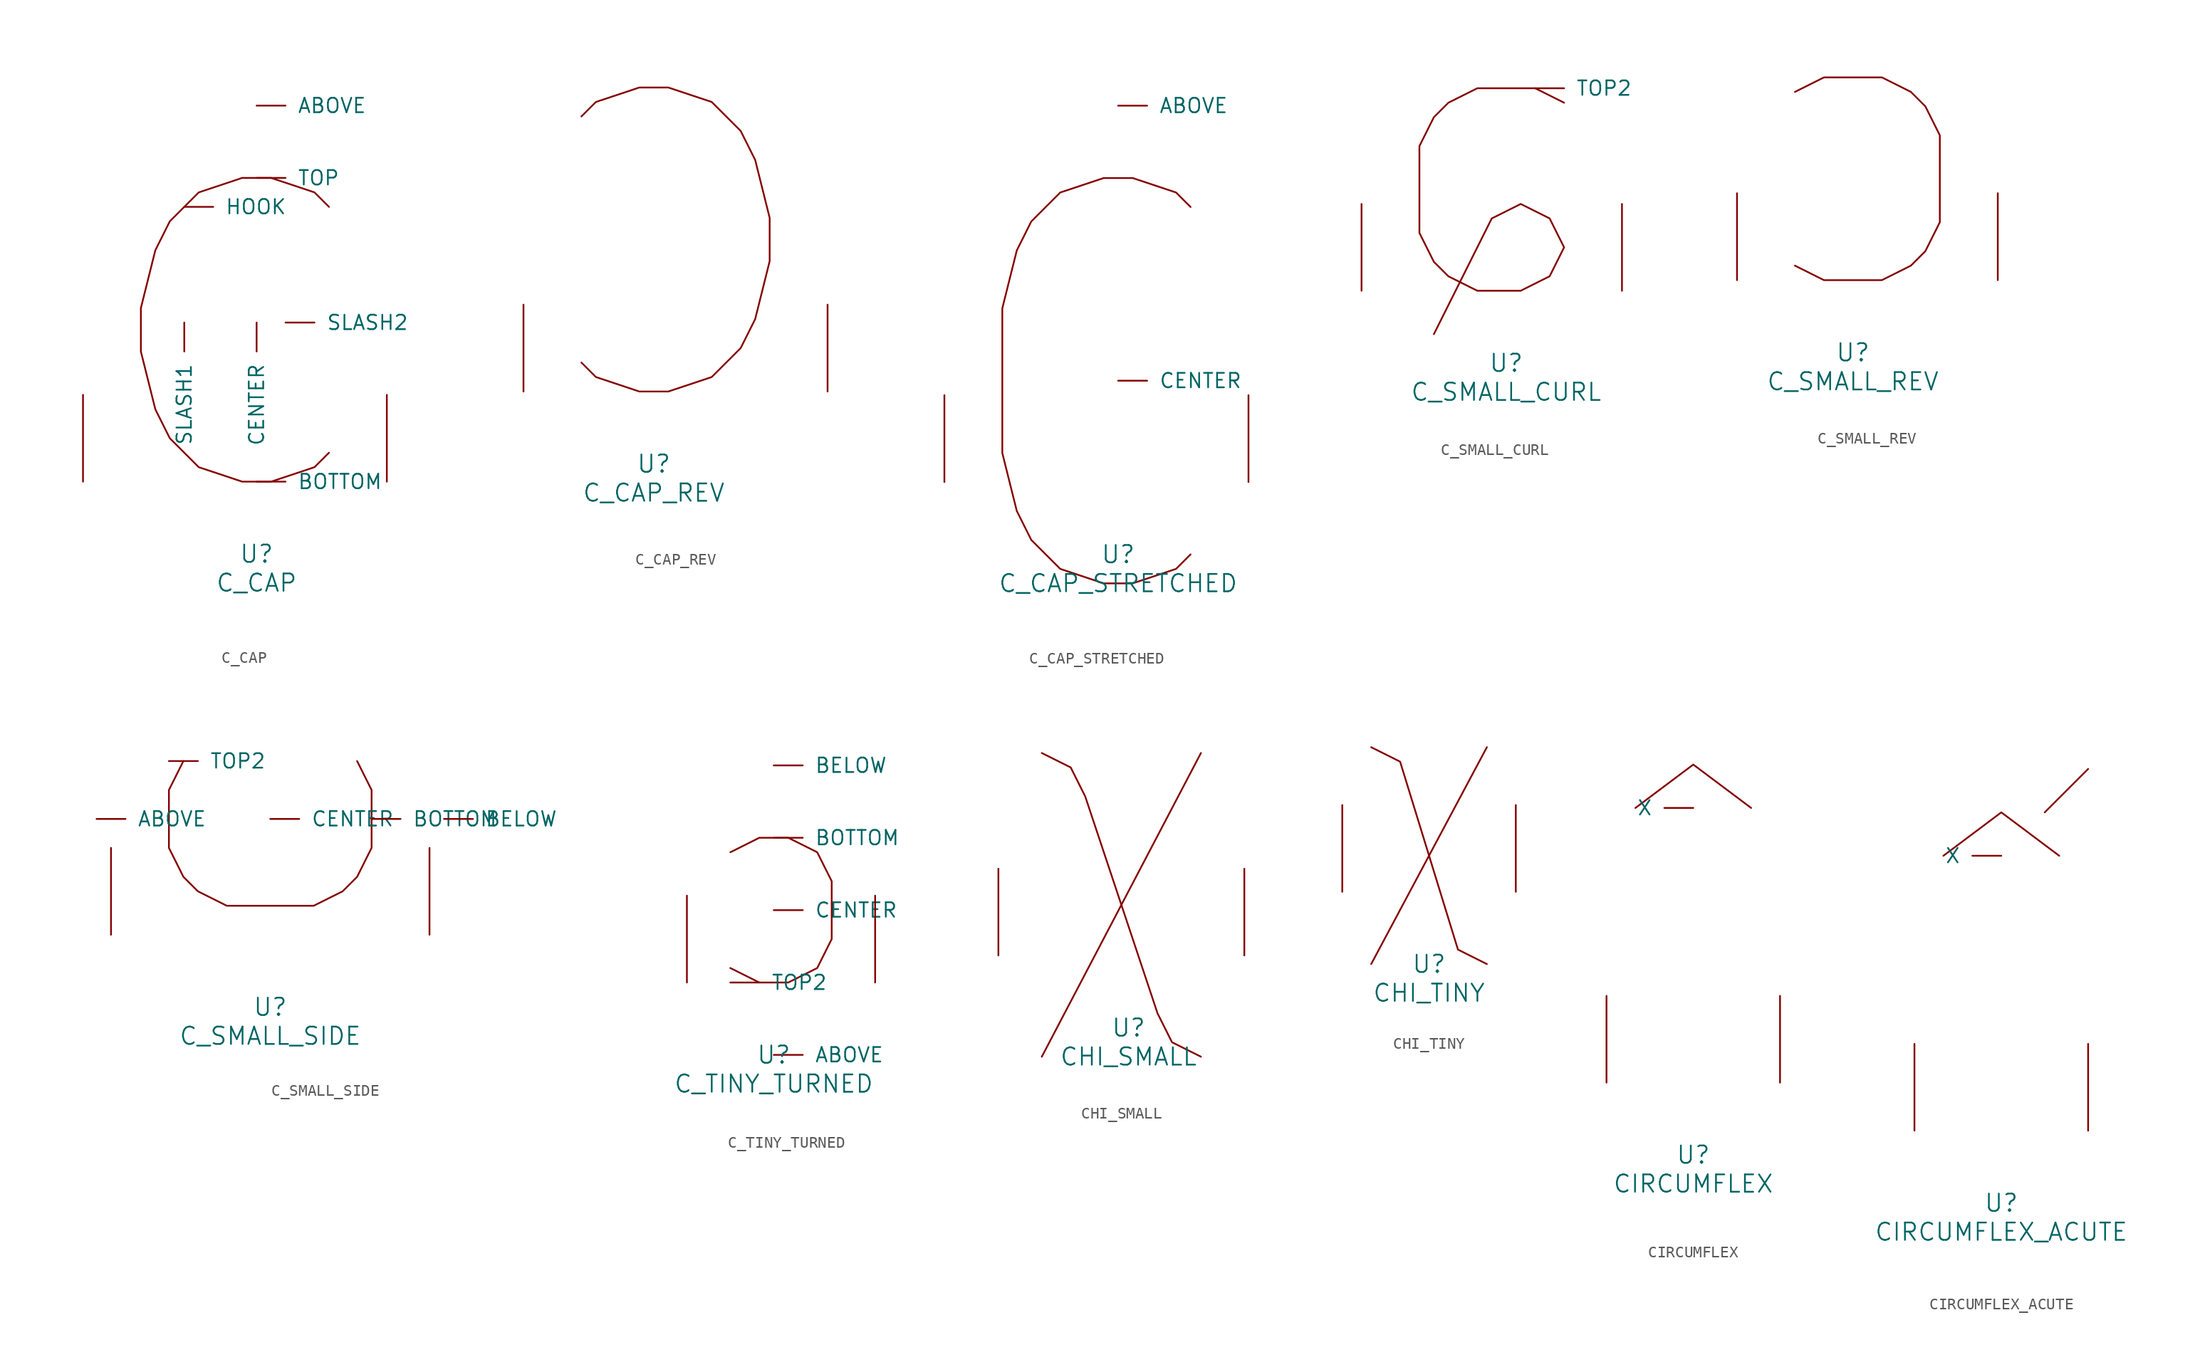
<source format=kicad_sym>
(kicad_symbol_lib
  (version 20220914)
  (generator font_lib2sym)
  (symbol "C_CAP"
    (pin_names
      (offset 1.016))
    (property "Reference" "U"
      (at 0 -6.35 0)
      (effects (font (size 1.524 1.524))))
    (property "Value" "C_CAP"
      (at 0 -8.89 0)
      (effects (font (size 1.524 1.524))))
    (symbol "C_CAP_0_1"
      (polyline (pts (xy 6.35 2.54) (xy 5.08 1.27) (xy 1.27 0) (xy -1.27 0) (xy -5.08 1.27) (xy -7.62 3.81) (xy -8.89 6.35) (xy -10.16 11.43) (xy -10.16 15.24) (xy -8.89 20.32) (xy -7.62 22.86) (xy -5.08 25.4) (xy -1.27 26.67) (xy 1.27 26.67) (xy 5.08 25.4) (xy 6.35 24.13)) (stroke (width 0) (type solid)) (fill (type none)))
      (pin input line (at 0 33.02 0) (length 2.54) (name "ABOVE" (effects (font (size 1.27 1.27)))) (number "~" (effects (font (size 1.27 1.27)))))
      (pin input line (at 0 0 0) (length 2.54) (name "BOTTOM" (effects (font (size 1.27 1.27)))) (number "~" (effects (font (size 1.27 1.27)))))
      (pin input line (at 0 13.97 270) (length 2.54) (name "CENTER" (effects (font (size 1.27 1.27)))) (number "~" (effects (font (size 1.27 1.27)))))
      (pin input line (at -6.35 24.13 0) (length 2.54) (name "HOOK" (effects (font (size 1.27 1.27)))) (number "~" (effects (font (size 1.27 1.27)))))
      (pin input line (at -6.35 13.97 270) (length 2.54) (name "SLASH1" (effects (font (size 1.27 1.27)))) (number "~" (effects (font (size 1.27 1.27)))))
      (pin input line (at 2.54 13.97 0) (length 2.54) (name "SLASH2" (effects (font (size 1.27 1.27)))) (number "~" (effects (font (size 1.27 1.27)))))
      (pin input line (at 0 26.67 0) (length 2.54) (name "TOP" (effects (font (size 1.27 1.27)))) (number "~" (effects (font (size 1.27 1.27)))))
      (pin input line (at -15.24 0 90) (length 7.62) (name "~" (effects (font (size 1.27 1.27)))) (number "~" (effects (font (size 1.27 1.27)))))
      (pin input line (at 11.43 0 90) (length 7.62) (name "~" (effects (font (size 1.27 1.27)))) (number "~" (effects (font (size 1.27 1.27)))))))
  (symbol "C_CAP_REV"
    (pin_names
      (offset 1.016))
    (property "Reference" "U"
      (at 0 -6.35 0)
      (effects (font (size 1.524 1.524))))
    (property "Value" "C_CAP_REV"
      (at 0 -8.89 0)
      (effects (font (size 1.524 1.524))))
    (symbol "C_CAP_REV_0_1"
      (polyline (pts (xy -6.35 2.54) (xy -5.08 1.27) (xy -1.27 0) (xy 1.27 0) (xy 5.08 1.27) (xy 7.62 3.81) (xy 8.89 6.35) (xy 10.16 11.43) (xy 10.16 15.24) (xy 8.89 20.32) (xy 7.62 22.86) (xy 5.08 25.4) (xy 1.27 26.67) (xy -1.27 26.67) (xy -5.08 25.4) (xy -6.35 24.13)) (stroke (width 0) (type solid)) (fill (type none)))
      (pin input line (at -11.43 0 90) (length 7.62) (name "~" (effects (font (size 1.27 1.27)))) (number "~" (effects (font (size 1.27 1.27)))))
      (pin input line (at 15.24 0 90) (length 7.62) (name "~" (effects (font (size 1.27 1.27)))) (number "~" (effects (font (size 1.27 1.27)))))))
  (symbol "C_CAP_STRETCHED"
    (pin_names
      (offset 1.016))
    (property "Reference" "U"
      (at 0 -6.35 0)
      (effects (font (size 1.524 1.524))))
    (property "Value" "C_CAP_STRETCHED"
      (at 0 -8.89 0)
      (effects (font (size 1.524 1.524))))
    (symbol "C_CAP_STRETCHED_0_1"
      (polyline (pts (xy 6.35 24.13) (xy 5.08 25.4) (xy 1.27 26.67) (xy -1.27 26.67) (xy -5.08 25.4) (xy -7.62 22.86) (xy -8.89 20.32) (xy -10.16 15.24) (xy -10.16 2.54) (xy -8.89 -2.54) (xy -7.62 -5.08) (xy -5.08 -7.62) (xy -1.27 -8.89) (xy 1.27 -8.89) (xy 5.08 -7.62) (xy 6.35 -6.35)) (stroke (width 0) (type solid)) (fill (type none)))
      (pin input line (at 0 33.02 0) (length 2.54) (name "ABOVE" (effects (font (size 1.27 1.27)))) (number "~" (effects (font (size 1.27 1.27)))))
      (pin input line (at 0 8.89 0) (length 2.54) (name "CENTER" (effects (font (size 1.27 1.27)))) (number "~" (effects (font (size 1.27 1.27)))))
      (pin input line (at -15.24 0 90) (length 7.62) (name "~" (effects (font (size 1.27 1.27)))) (number "~" (effects (font (size 1.27 1.27)))))
      (pin input line (at 11.43 0 90) (length 7.62) (name "~" (effects (font (size 1.27 1.27)))) (number "~" (effects (font (size 1.27 1.27)))))))
  (symbol "C_SMALL_CURL"
    (pin_names
      (offset 1.016))
    (property "Reference" "U"
      (at 0 -6.35 0)
      (effects (font (size 1.524 1.524))))
    (property "Value" "C_SMALL_CURL"
      (at 0 -8.89 0)
      (effects (font (size 1.524 1.524))))
    (symbol "C_SMALL_CURL_0_1"
      (polyline (pts (xy 5.08 16.51) (xy 2.54 17.78) (xy -2.54 17.78) (xy -5.08 16.51) (xy -6.35 15.24) (xy -7.62 12.7) (xy -7.62 5.08) (xy -6.35 2.54) (xy -5.08 1.27) (xy -2.54 0) (xy 1.27 0) (xy 3.81 1.27) (xy 5.08 3.81) (xy 3.81 6.35) (xy 1.27 7.62) (xy -1.27 6.35) (xy -6.35 -3.81)) (stroke (width 0) (type solid)) (fill (type none)))
      (pin input line (at 2.54 17.78 0) (length 2.54) (name "TOP2" (effects (font (size 1.27 1.27)))) (number "~" (effects (font (size 1.27 1.27)))))
      (pin input line (at -12.7 0 90) (length 7.62) (name "~" (effects (font (size 1.27 1.27)))) (number "~" (effects (font (size 1.27 1.27)))))
      (pin input line (at 10.16 0 90) (length 7.62) (name "~" (effects (font (size 1.27 1.27)))) (number "~" (effects (font (size 1.27 1.27)))))))
  (symbol "C_SMALL_REV"
    (pin_names
      (offset 1.016))
    (property "Reference" "U"
      (at 0 -6.35 0)
      (effects (font (size 1.524 1.524))))
    (property "Value" "C_SMALL_REV"
      (at 0 -8.89 0)
      (effects (font (size 1.524 1.524))))
    (symbol "C_SMALL_REV_0_1"
      (polyline (pts (xy -5.08 1.27) (xy -2.54 0) (xy 2.54 0) (xy 5.08 1.27) (xy 6.35 2.54) (xy 7.62 5.08) (xy 7.62 12.7) (xy 6.35 15.24) (xy 5.08 16.51) (xy 2.54 17.78) (xy -2.54 17.78) (xy -5.08 16.51)) (stroke (width 0) (type solid)) (fill (type none)))
      (pin input line (at -10.16 0 90) (length 7.62) (name "~" (effects (font (size 1.27 1.27)))) (number "~" (effects (font (size 1.27 1.27)))))
      (pin input line (at 12.7 0 90) (length 7.62) (name "~" (effects (font (size 1.27 1.27)))) (number "~" (effects (font (size 1.27 1.27)))))))
  (symbol "C_SMALL_SIDE"
    (pin_names
      (offset 1.016))
    (property "Reference" "U"
      (at 0 -6.35 0)
      (effects (font (size 1.524 1.524))))
    (property "Value" "C_SMALL_SIDE"
      (at 0 -8.89 0)
      (effects (font (size 1.524 1.524))))
    (symbol "C_SMALL_SIDE_0_1"
      (polyline (pts (xy -7.62 15.24) (xy -8.89 12.7) (xy -8.89 7.62) (xy -7.62 5.08) (xy -6.35 3.81) (xy -3.81 2.54) (xy 3.81 2.54) (xy 6.35 3.81) (xy 7.62 5.08) (xy 8.89 7.62) (xy 8.89 12.7) (xy 7.62 15.24)) (stroke (width 0) (type solid)) (fill (type none)))
      (pin input line (at -15.24 10.16 0) (length 2.54) (name "ABOVE" (effects (font (size 1.27 1.27)))) (number "~" (effects (font (size 1.27 1.27)))))
      (pin input line (at 15.24 10.16 0) (length 2.54) (name "BELOW" (effects (font (size 1.27 1.27)))) (number "~" (effects (font (size 1.27 1.27)))))
      (pin input line (at 8.89 10.16 0) (length 2.54) (name "BOTTOM" (effects (font (size 1.27 1.27)))) (number "~" (effects (font (size 1.27 1.27)))))
      (pin input line (at 0 10.16 0) (length 2.54) (name "CENTER" (effects (font (size 1.27 1.27)))) (number "~" (effects (font (size 1.27 1.27)))))
      (pin input line (at -8.89 15.24 0) (length 2.54) (name "TOP2" (effects (font (size 1.27 1.27)))) (number "~" (effects (font (size 1.27 1.27)))))
      (pin input line (at -13.97 0 90) (length 7.62) (name "~" (effects (font (size 1.27 1.27)))) (number "~" (effects (font (size 1.27 1.27)))))
      (pin input line (at 13.97 0 90) (length 7.62) (name "~" (effects (font (size 1.27 1.27)))) (number "~" (effects (font (size 1.27 1.27)))))))
  (symbol "C_TINY_TURNED"
    (pin_names
      (offset 1.016))
    (property "Reference" "U"
      (at 0 -6.35 0)
      (effects (font (size 1.524 1.524))))
    (property "Value" "C_TINY_TURNED"
      (at 0 -8.89 0)
      (effects (font (size 1.524 1.524))))
    (symbol "C_TINY_TURNED_0_1"
      (polyline (pts (xy -3.81 11.43) (xy -1.27 12.7) (xy 1.27 12.7) (xy 3.81 11.43) (xy 5.08 8.89) (xy 5.08 3.81) (xy 3.81 1.27) (xy 1.27 0) (xy -1.27 0) (xy -3.81 1.27)) (stroke (width 0) (type solid)) (fill (type none)))
      (pin input line (at 0 -6.35 0) (length 2.54) (name "ABOVE" (effects (font (size 1.27 1.27)))) (number "~" (effects (font (size 1.27 1.27)))))
      (pin input line (at 0 19.05 0) (length 2.54) (name "BELOW" (effects (font (size 1.27 1.27)))) (number "~" (effects (font (size 1.27 1.27)))))
      (pin input line (at 0 12.7 0) (length 2.54) (name "BOTTOM" (effects (font (size 1.27 1.27)))) (number "~" (effects (font (size 1.27 1.27)))))
      (pin input line (at 0 6.35 0) (length 2.54) (name "CENTER" (effects (font (size 1.27 1.27)))) (number "~" (effects (font (size 1.27 1.27)))))
      (pin input line (at -3.81 0 0) (length 2.54) (name "TOP2" (effects (font (size 1.27 1.27)))) (number "~" (effects (font (size 1.27 1.27)))))
      (pin input line (at -7.62 0 90) (length 7.62) (name "~" (effects (font (size 1.27 1.27)))) (number "~" (effects (font (size 1.27 1.27)))))
      (pin input line (at 8.89 0 90) (length 7.62) (name "~" (effects (font (size 1.27 1.27)))) (number "~" (effects (font (size 1.27 1.27)))))))
  (symbol "CHI_SMALL"
    (pin_names
      (offset 1.016))
    (property "Reference" "U"
      (at 0 -6.35 0)
      (effects (font (size 1.524 1.524))))
    (property "Value" "CHI_SMALL"
      (at 0 -8.89 0)
      (effects (font (size 1.524 1.524))))
    (symbol "CHI_SMALL_0_1"
      (polyline (pts (xy 6.35 17.78) (xy -7.62 -8.89)) (stroke (width 0) (type solid)) (fill (type none)))
      (polyline (pts (xy -7.62 17.78) (xy -5.08 16.51) (xy -3.81 13.97) (xy 2.54 -5.08) (xy 3.81 -7.62) (xy 6.35 -8.89)) (stroke (width 0) (type solid)) (fill (type none)))
      (pin input line (at -11.43 0 90) (length 7.62) (name "~" (effects (font (size 1.27 1.27)))) (number "~" (effects (font (size 1.27 1.27)))))
      (pin input line (at 10.16 0 90) (length 7.62) (name "~" (effects (font (size 1.27 1.27)))) (number "~" (effects (font (size 1.27 1.27)))))))
  (symbol "CHI_TINY"
    (pin_names
      (offset 1.016))
    (property "Reference" "U"
      (at 0 -6.35 0)
      (effects (font (size 1.524 1.524))))
    (property "Value" "CHI_TINY"
      (at 0 -8.89 0)
      (effects (font (size 1.524 1.524))))
    (symbol "CHI_TINY_0_1"
      (polyline (pts (xy 5.08 12.7) (xy -5.08 -6.35)) (stroke (width 0) (type solid)) (fill (type none)))
      (polyline (pts (xy -5.08 12.7) (xy -2.54 11.43) (xy 2.54 -5.08) (xy 5.08 -6.35)) (stroke (width 0) (type solid)) (fill (type none)))
      (pin input line (at -7.62 0 90) (length 7.62) (name "~" (effects (font (size 1.27 1.27)))) (number "~" (effects (font (size 1.27 1.27)))))
      (pin input line (at 7.62 0 90) (length 7.62) (name "~" (effects (font (size 1.27 1.27)))) (number "~" (effects (font (size 1.27 1.27)))))))
  (symbol "CIRCUMFLEX"
    (pin_names
      (offset 1.016))
    (property "Reference" "U"
      (at 0 -6.35 0)
      (effects (font (size 1.524 1.524))))
    (property "Value" "CIRCUMFLEX"
      (at 0 -8.89 0)
      (effects (font (size 1.524 1.524))))
    (symbol "CIRCUMFLEX_0_1"
      (polyline (pts (xy -5.08 24.13) (xy 0 27.94) (xy 5.08 24.13)) (stroke (width 0) (type solid)) (fill (type none)))
      (pin input line (at 0 24.13 180) (length 2.54) (name "X" (effects (font (size 1.27 1.27)))) (number "~" (effects (font (size 1.27 1.27)))))
      (pin input line (at -7.62 0 90) (length 7.62) (name "~" (effects (font (size 1.27 1.27)))) (number "~" (effects (font (size 1.27 1.27)))))
      (pin input line (at 7.62 0 90) (length 7.62) (name "~" (effects (font (size 1.27 1.27)))) (number "~" (effects (font (size 1.27 1.27)))))))
  (symbol "CIRCUMFLEX_ACUTE"
    (pin_names
      (offset 1.016))
    (property "Reference" "U"
      (at 0 -6.35 0)
      (effects (font (size 1.524 1.524))))
    (property "Value" "CIRCUMFLEX_ACUTE"
      (at 0 -8.89 0)
      (effects (font (size 1.524 1.524))))
    (symbol "CIRCUMFLEX_ACUTE_0_1"
      (polyline (pts (xy 3.81 27.94) (xy 7.62 31.75)) (stroke (width 0) (type solid)) (fill (type none)))
      (polyline (pts (xy -5.08 24.13) (xy 0 27.94) (xy 5.08 24.13)) (stroke (width 0) (type solid)) (fill (type none)))
      (pin input line (at 0 24.13 180) (length 2.54) (name "X" (effects (font (size 1.27 1.27)))) (number "~" (effects (font (size 1.27 1.27)))))
      (pin input line (at -7.62 0 90) (length 7.62) (name "~" (effects (font (size 1.27 1.27)))) (number "~" (effects (font (size 1.27 1.27)))))
      (pin input line (at 7.62 0 90) (length 7.62) (name "~" (effects (font (size 1.27 1.27)))) (number "~" (effects (font (size 1.27 1.27))))))))
</source>
